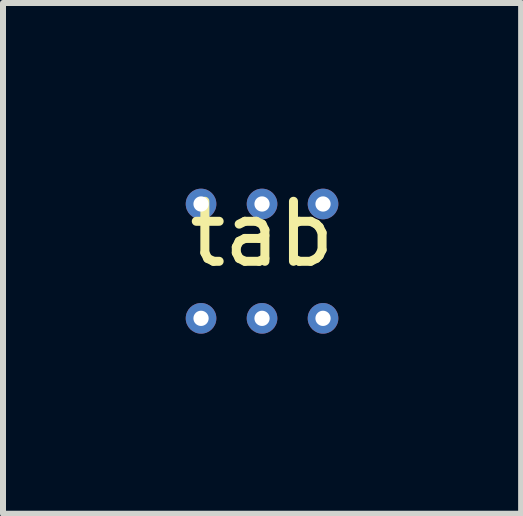
<source format=kicad_pcb>
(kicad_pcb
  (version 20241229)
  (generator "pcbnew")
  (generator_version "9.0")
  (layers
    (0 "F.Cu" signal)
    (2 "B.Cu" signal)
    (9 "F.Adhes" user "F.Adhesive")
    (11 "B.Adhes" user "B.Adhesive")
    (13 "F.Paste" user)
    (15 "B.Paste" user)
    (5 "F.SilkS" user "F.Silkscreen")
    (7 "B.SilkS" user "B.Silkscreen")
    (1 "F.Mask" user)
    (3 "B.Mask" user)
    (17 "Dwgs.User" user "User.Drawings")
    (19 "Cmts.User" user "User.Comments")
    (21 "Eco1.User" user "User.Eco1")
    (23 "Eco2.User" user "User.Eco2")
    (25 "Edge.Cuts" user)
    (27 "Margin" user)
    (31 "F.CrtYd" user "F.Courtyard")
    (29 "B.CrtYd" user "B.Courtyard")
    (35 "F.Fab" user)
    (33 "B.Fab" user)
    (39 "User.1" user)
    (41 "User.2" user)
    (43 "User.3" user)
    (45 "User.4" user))
  (footprint "tab"
    (layer "F.Cu")
    (at 1.315 0.348)
    (property "Reference" "tab" (at 0 0.5 0) (layer "F.SilkS") (effects (font (size 1 1) (thickness 0.15))))
    (attr through_hole)
    (pad "1" thru_hole circle (at -1.016 0) (size 0.51 0.51) (drill 0.254) (layers "*.Cu" "*.Mask"))
    (pad "2" thru_hole circle (at 0 0) (size 0.51 0.51) (drill 0.254) (layers "*.Cu" "*.Mask"))
    (pad "3" thru_hole circle (at 1.016 0) (size 0.51 0.51) (drill 0.254) (layers "*.Cu" "*.Mask"))
    (pad "4" thru_hole circle (at -1.016 1.905) (size 0.51 0.51) (drill 0.254) (layers "*.Cu" "*.Mask"))
    (pad "5" thru_hole circle (at 0 1.905) (size 0.51 0.51) (drill 0.254) (layers "*.Cu" "*.Mask"))
    (pad "6" thru_hole circle (at 1.016 1.905) (size 0.51 0.51) (drill 0.254) (layers "*.Cu" "*.Mask")))
  (gr_rect
    (start -3 -3)
    (end 5.631 5.508)
    (stroke (width 0.1) (type default))
    (fill no)
    (layer "Edge.Cuts")))
</source>
